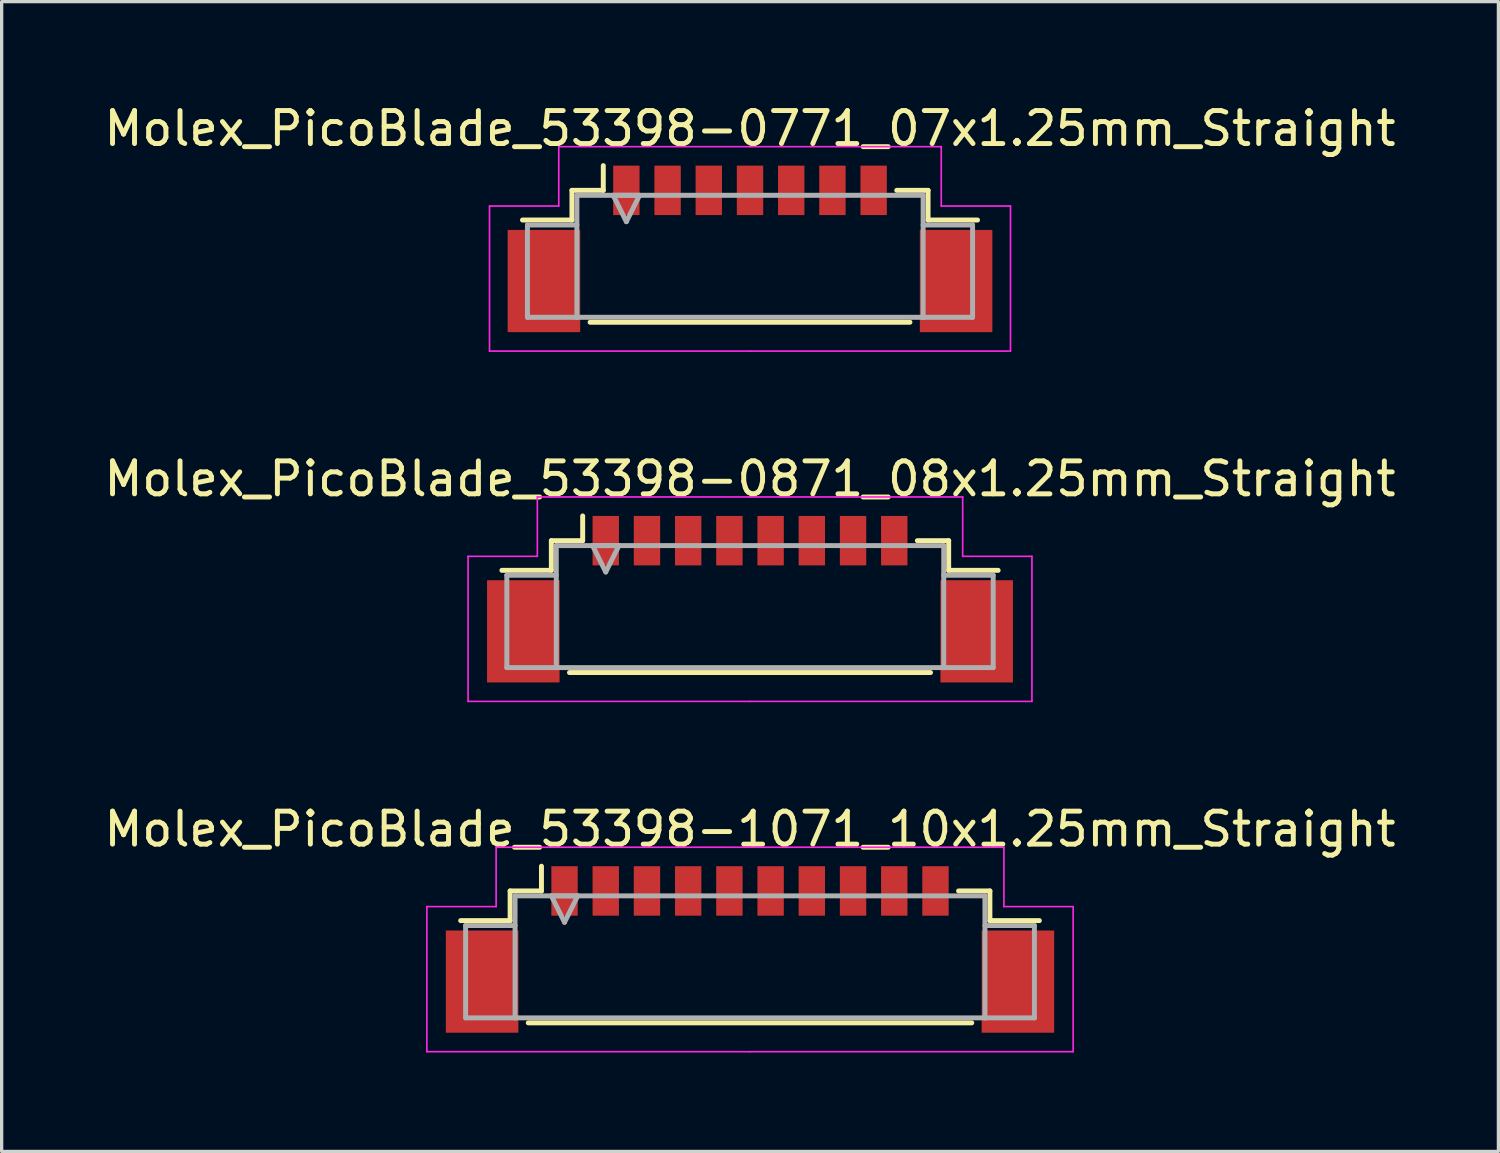
<source format=kicad_pcb>
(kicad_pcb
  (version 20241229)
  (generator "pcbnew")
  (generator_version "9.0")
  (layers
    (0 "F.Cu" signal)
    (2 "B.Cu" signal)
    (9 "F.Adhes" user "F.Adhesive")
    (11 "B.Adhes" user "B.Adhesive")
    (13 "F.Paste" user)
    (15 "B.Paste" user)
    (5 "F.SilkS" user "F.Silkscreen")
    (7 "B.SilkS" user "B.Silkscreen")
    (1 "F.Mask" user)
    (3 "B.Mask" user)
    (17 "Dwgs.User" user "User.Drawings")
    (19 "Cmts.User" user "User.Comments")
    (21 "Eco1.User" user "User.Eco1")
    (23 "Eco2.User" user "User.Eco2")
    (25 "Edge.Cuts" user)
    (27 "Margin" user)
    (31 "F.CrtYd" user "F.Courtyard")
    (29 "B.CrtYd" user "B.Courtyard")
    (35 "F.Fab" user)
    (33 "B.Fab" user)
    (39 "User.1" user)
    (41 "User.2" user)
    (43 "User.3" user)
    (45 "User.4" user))
  (footprint "Molex_PicoBlade_53398-1071_10x1.25mm_Straight"
    (layer "F.Cu")
    (at 19.696 25.345)
    (property "Reference" "Molex_PicoBlade_53398-1071_10x1.25mm_Straight" (at 0 -3.25 0) (layer "F.SilkS") (effects (font (size 1 1) (thickness 0.15))))
    (attr smd)
    (fp_line (start -7.275 -1.375) (end -7.275 -0.475) (stroke (width 0.15) (type solid)) (layer "F.SilkS"))
    (fp_line (start -7.275 -0.475) (end -8.775 -0.475) (stroke (width 0.15) (type solid)) (layer "F.SilkS"))
    (fp_line (start -6.725 2.625) (end 6.725 2.625) (stroke (width 0.15) (type solid)) (layer "F.SilkS"))
    (fp_line (start -6.325 -1.375) (end -7.275 -1.375) (stroke (width 0.15) (type solid)) (layer "F.SilkS"))
    (fp_line (start -6.325 -1.375) (end -6.325 -2.125) (stroke (width 0.15) (type solid)) (layer "F.SilkS"))
    (fp_line (start 6.325 -1.375) (end 7.275 -1.375) (stroke (width 0.15) (type solid)) (layer "F.SilkS"))
    (fp_line (start 7.275 -1.375) (end 7.275 -0.475) (stroke (width 0.15) (type solid)) (layer "F.SilkS"))
    (fp_line (start 7.275 -0.475) (end 8.775 -0.475) (stroke (width 0.15) (type solid)) (layer "F.SilkS"))
    (fp_line (start -9.8 -0.9) (end -9.8 3.5) (stroke (width 0.05) (type solid)) (layer "F.CrtYd"))
    (fp_line (start -9.8 3.5) (end 0 3.5) (stroke (width 0.05) (type solid)) (layer "F.CrtYd"))
    (fp_line (start -7.7 -2.7) (end -7.7 -0.9) (stroke (width 0.05) (type solid)) (layer "F.CrtYd"))
    (fp_line (start -7.7 -0.9) (end -9.8 -0.9) (stroke (width 0.05) (type solid)) (layer "F.CrtYd"))
    (fp_line (start 0 -2.7) (end -7.7 -2.7) (stroke (width 0.05) (type solid)) (layer "F.CrtYd"))
    (fp_line (start 0 -2.7) (end 7.7 -2.7) (stroke (width 0.05) (type solid)) (layer "F.CrtYd"))
    (fp_line (start 7.7 -2.7) (end 7.7 -0.9) (stroke (width 0.05) (type solid)) (layer "F.CrtYd"))
    (fp_line (start 7.7 -0.9) (end 9.8 -0.9) (stroke (width 0.05) (type solid)) (layer "F.CrtYd"))
    (fp_line (start 9.8 -0.9) (end 9.8 3.5) (stroke (width 0.05) (type solid)) (layer "F.CrtYd"))
    (fp_line (start 9.8 3.5) (end 0 3.5) (stroke (width 0.05) (type solid)) (layer "F.CrtYd"))
    (fp_line (start -8.625 -0.325) (end -7.125 -0.325) (stroke (width 0.15) (type solid)) (layer "F.Fab"))
    (fp_line (start -8.625 2.475) (end -8.625 -0.325) (stroke (width 0.15) (type solid)) (layer "F.Fab"))
    (fp_line (start -7.125 -1.225) (end -7.125 2.475) (stroke (width 0.15) (type solid)) (layer "F.Fab"))
    (fp_line (start -7.125 2.475) (end -8.625 2.475) (stroke (width 0.15) (type solid)) (layer "F.Fab"))
    (fp_line (start -7.125 2.475) (end 7.125 2.475) (stroke (width 0.15) (type solid)) (layer "F.Fab"))
    (fp_line (start -6.025 -1.225) (end -5.625 -0.425) (stroke (width 0.15) (type solid)) (layer "F.Fab"))
    (fp_line (start -5.625 -0.425) (end -5.225 -1.225) (stroke (width 0.15) (type solid)) (layer "F.Fab"))
    (fp_line (start -5.225 -1.225) (end -6.025 -1.225) (stroke (width 0.15) (type solid)) (layer "F.Fab"))
    (fp_line (start 7.125 -1.225) (end -7.125 -1.225) (stroke (width 0.15) (type solid)) (layer "F.Fab"))
    (fp_line (start 7.125 2.475) (end 7.125 -1.225) (stroke (width 0.15) (type solid)) (layer "F.Fab"))
    (fp_line (start 7.125 2.475) (end 8.625 2.475) (stroke (width 0.15) (type solid)) (layer "F.Fab"))
    (fp_line (start 8.625 -0.325) (end 7.125 -0.325) (stroke (width 0.15) (type solid)) (layer "F.Fab"))
    (fp_line (start 8.625 2.475) (end 8.625 -0.325) (stroke (width 0.15) (type solid)) (layer "F.Fab"))
    (pad "" smd rect (at -8.125 1.375) (size 2.2 3.1) (layers "F.Cu" "F.Mask" "F.Paste"))
    (pad "" smd rect (at 8.125 1.375) (size 2.2 3.1) (layers "F.Cu" "F.Mask" "F.Paste"))
    (pad "1" smd rect (at -5.625 -1.375) (size 0.8 1.5) (layers "F.Cu" "F.Mask" "F.Paste"))
    (pad "2" smd rect (at -4.375 -1.375) (size 0.8 1.5) (layers "F.Cu" "F.Mask" "F.Paste"))
    (pad "3" smd rect (at -3.125 -1.375) (size 0.8 1.5) (layers "F.Cu" "F.Mask" "F.Paste"))
    (pad "4" smd rect (at -1.875 -1.375) (size 0.8 1.5) (layers "F.Cu" "F.Mask" "F.Paste"))
    (pad "5" smd rect (at -0.625 -1.375) (size 0.8 1.5) (layers "F.Cu" "F.Mask" "F.Paste"))
    (pad "6" smd rect (at 0.625 -1.375) (size 0.8 1.5) (layers "F.Cu" "F.Mask" "F.Paste"))
    (pad "7" smd rect (at 1.875 -1.375) (size 0.8 1.5) (layers "F.Cu" "F.Mask" "F.Paste"))
    (pad "8" smd rect (at 3.125 -1.375) (size 0.8 1.5) (layers "F.Cu" "F.Mask" "F.Paste"))
    (pad "9" smd rect (at 4.375 -1.375) (size 0.8 1.5) (layers "F.Cu" "F.Mask" "F.Paste"))
    (pad "10" smd rect (at 5.625 -1.375) (size 0.8 1.5) (layers "F.Cu" "F.Mask" "F.Paste")))
  (footprint "Molex_PicoBlade_53398-0871_08x1.25mm_Straight"
    (layer "F.Cu")
    (at 19.696 14.722)
    (property "Reference" "Molex_PicoBlade_53398-0871_08x1.25mm_Straight" (at 0 -3.25 0) (layer "F.SilkS") (effects (font (size 1 1) (thickness 0.15))))
    (attr smd)
    (fp_line (start -6.025 -1.375) (end -6.025 -0.475) (stroke (width 0.15) (type solid)) (layer "F.SilkS"))
    (fp_line (start -6.025 -0.475) (end -7.525 -0.475) (stroke (width 0.15) (type solid)) (layer "F.SilkS"))
    (fp_line (start -5.475 2.625) (end 5.475 2.625) (stroke (width 0.15) (type solid)) (layer "F.SilkS"))
    (fp_line (start -5.075 -1.375) (end -6.025 -1.375) (stroke (width 0.15) (type solid)) (layer "F.SilkS"))
    (fp_line (start -5.075 -1.375) (end -5.075 -2.125) (stroke (width 0.15) (type solid)) (layer "F.SilkS"))
    (fp_line (start 5.075 -1.375) (end 6.025 -1.375) (stroke (width 0.15) (type solid)) (layer "F.SilkS"))
    (fp_line (start 6.025 -1.375) (end 6.025 -0.475) (stroke (width 0.15) (type solid)) (layer "F.SilkS"))
    (fp_line (start 6.025 -0.475) (end 7.525 -0.475) (stroke (width 0.15) (type solid)) (layer "F.SilkS"))
    (fp_line (start -8.55 -0.9) (end -8.55 3.5) (stroke (width 0.05) (type solid)) (layer "F.CrtYd"))
    (fp_line (start -8.55 3.5) (end 0 3.5) (stroke (width 0.05) (type solid)) (layer "F.CrtYd"))
    (fp_line (start -6.45 -2.7) (end -6.45 -0.9) (stroke (width 0.05) (type solid)) (layer "F.CrtYd"))
    (fp_line (start -6.45 -0.9) (end -8.55 -0.9) (stroke (width 0.05) (type solid)) (layer "F.CrtYd"))
    (fp_line (start 0 -2.7) (end -6.45 -2.7) (stroke (width 0.05) (type solid)) (layer "F.CrtYd"))
    (fp_line (start 0 -2.7) (end 6.45 -2.7) (stroke (width 0.05) (type solid)) (layer "F.CrtYd"))
    (fp_line (start 6.45 -2.7) (end 6.45 -0.9) (stroke (width 0.05) (type solid)) (layer "F.CrtYd"))
    (fp_line (start 6.45 -0.9) (end 8.55 -0.9) (stroke (width 0.05) (type solid)) (layer "F.CrtYd"))
    (fp_line (start 8.55 -0.9) (end 8.55 3.5) (stroke (width 0.05) (type solid)) (layer "F.CrtYd"))
    (fp_line (start 8.55 3.5) (end 0 3.5) (stroke (width 0.05) (type solid)) (layer "F.CrtYd"))
    (fp_line (start -7.375 -0.325) (end -5.875 -0.325) (stroke (width 0.15) (type solid)) (layer "F.Fab"))
    (fp_line (start -7.375 2.475) (end -7.375 -0.325) (stroke (width 0.15) (type solid)) (layer "F.Fab"))
    (fp_line (start -5.875 -1.225) (end -5.875 2.475) (stroke (width 0.15) (type solid)) (layer "F.Fab"))
    (fp_line (start -5.875 2.475) (end -7.375 2.475) (stroke (width 0.15) (type solid)) (layer "F.Fab"))
    (fp_line (start -5.875 2.475) (end 5.875 2.475) (stroke (width 0.15) (type solid)) (layer "F.Fab"))
    (fp_line (start -4.775 -1.225) (end -4.375 -0.425) (stroke (width 0.15) (type solid)) (layer "F.Fab"))
    (fp_line (start -4.375 -0.425) (end -3.975 -1.225) (stroke (width 0.15) (type solid)) (layer "F.Fab"))
    (fp_line (start -3.975 -1.225) (end -4.775 -1.225) (stroke (width 0.15) (type solid)) (layer "F.Fab"))
    (fp_line (start 5.875 -1.225) (end -5.875 -1.225) (stroke (width 0.15) (type solid)) (layer "F.Fab"))
    (fp_line (start 5.875 2.475) (end 5.875 -1.225) (stroke (width 0.15) (type solid)) (layer "F.Fab"))
    (fp_line (start 5.875 2.475) (end 7.375 2.475) (stroke (width 0.15) (type solid)) (layer "F.Fab"))
    (fp_line (start 7.375 -0.325) (end 5.875 -0.325) (stroke (width 0.15) (type solid)) (layer "F.Fab"))
    (fp_line (start 7.375 2.475) (end 7.375 -0.325) (stroke (width 0.15) (type solid)) (layer "F.Fab"))
    (pad "" smd rect (at -6.875 1.375) (size 2.2 3.1) (layers "F.Cu" "F.Mask" "F.Paste"))
    (pad "" smd rect (at 6.875 1.375) (size 2.2 3.1) (layers "F.Cu" "F.Mask" "F.Paste"))
    (pad "1" smd rect (at -4.375 -1.375) (size 0.8 1.5) (layers "F.Cu" "F.Mask" "F.Paste"))
    (pad "2" smd rect (at -3.125 -1.375) (size 0.8 1.5) (layers "F.Cu" "F.Mask" "F.Paste"))
    (pad "3" smd rect (at -1.875 -1.375) (size 0.8 1.5) (layers "F.Cu" "F.Mask" "F.Paste"))
    (pad "4" smd rect (at -0.625 -1.375) (size 0.8 1.5) (layers "F.Cu" "F.Mask" "F.Paste"))
    (pad "5" smd rect (at 0.625 -1.375) (size 0.8 1.5) (layers "F.Cu" "F.Mask" "F.Paste"))
    (pad "6" smd rect (at 1.875 -1.375) (size 0.8 1.5) (layers "F.Cu" "F.Mask" "F.Paste"))
    (pad "7" smd rect (at 3.125 -1.375) (size 0.8 1.5) (layers "F.Cu" "F.Mask" "F.Paste"))
    (pad "8" smd rect (at 4.375 -1.375) (size 0.8 1.5) (layers "F.Cu" "F.Mask" "F.Paste")))
  (footprint "Molex_PicoBlade_53398-0771_07x1.25mm_Straight"
    (layer "F.Cu")
    (at 19.696 4.098)
    (property "Reference" "Molex_PicoBlade_53398-0771_07x1.25mm_Straight" (at 0 -3.25 0) (layer "F.SilkS") (effects (font (size 1 1) (thickness 0.15))))
    (attr smd)
    (fp_line (start -5.4 -1.375) (end -5.4 -0.475) (stroke (width 0.15) (type solid)) (layer "F.SilkS"))
    (fp_line (start -5.4 -0.475) (end -6.9 -0.475) (stroke (width 0.15) (type solid)) (layer "F.SilkS"))
    (fp_line (start -4.85 2.625) (end 4.85 2.625) (stroke (width 0.15) (type solid)) (layer "F.SilkS"))
    (fp_line (start -4.45 -1.375) (end -5.4 -1.375) (stroke (width 0.15) (type solid)) (layer "F.SilkS"))
    (fp_line (start -4.45 -1.375) (end -4.45 -2.125) (stroke (width 0.15) (type solid)) (layer "F.SilkS"))
    (fp_line (start 4.45 -1.375) (end 5.4 -1.375) (stroke (width 0.15) (type solid)) (layer "F.SilkS"))
    (fp_line (start 5.4 -1.375) (end 5.4 -0.475) (stroke (width 0.15) (type solid)) (layer "F.SilkS"))
    (fp_line (start 5.4 -0.475) (end 6.9 -0.475) (stroke (width 0.15) (type solid)) (layer "F.SilkS"))
    (fp_line (start -7.9 -0.9) (end -7.9 3.5) (stroke (width 0.05) (type solid)) (layer "F.CrtYd"))
    (fp_line (start -7.9 3.5) (end 0 3.5) (stroke (width 0.05) (type solid)) (layer "F.CrtYd"))
    (fp_line (start -5.8 -2.7) (end -5.8 -0.9) (stroke (width 0.05) (type solid)) (layer "F.CrtYd"))
    (fp_line (start -5.8 -0.9) (end -7.9 -0.9) (stroke (width 0.05) (type solid)) (layer "F.CrtYd"))
    (fp_line (start 0 -2.7) (end -5.8 -2.7) (stroke (width 0.05) (type solid)) (layer "F.CrtYd"))
    (fp_line (start 0 -2.7) (end 5.8 -2.7) (stroke (width 0.05) (type solid)) (layer "F.CrtYd"))
    (fp_line (start 5.8 -2.7) (end 5.8 -0.9) (stroke (width 0.05) (type solid)) (layer "F.CrtYd"))
    (fp_line (start 5.8 -0.9) (end 7.9 -0.9) (stroke (width 0.05) (type solid)) (layer "F.CrtYd"))
    (fp_line (start 7.9 -0.9) (end 7.9 3.5) (stroke (width 0.05) (type solid)) (layer "F.CrtYd"))
    (fp_line (start 7.9 3.5) (end 0 3.5) (stroke (width 0.05) (type solid)) (layer "F.CrtYd"))
    (fp_line (start -6.75 -0.325) (end -5.25 -0.325) (stroke (width 0.15) (type solid)) (layer "F.Fab"))
    (fp_line (start -6.75 2.475) (end -6.75 -0.325) (stroke (width 0.15) (type solid)) (layer "F.Fab"))
    (fp_line (start -5.25 -1.225) (end -5.25 2.475) (stroke (width 0.15) (type solid)) (layer "F.Fab"))
    (fp_line (start -5.25 2.475) (end -6.75 2.475) (stroke (width 0.15) (type solid)) (layer "F.Fab"))
    (fp_line (start -5.25 2.475) (end 5.25 2.475) (stroke (width 0.15) (type solid)) (layer "F.Fab"))
    (fp_line (start -4.15 -1.225) (end -3.75 -0.425) (stroke (width 0.15) (type solid)) (layer "F.Fab"))
    (fp_line (start -3.75 -0.425) (end -3.35 -1.225) (stroke (width 0.15) (type solid)) (layer "F.Fab"))
    (fp_line (start -3.35 -1.225) (end -4.15 -1.225) (stroke (width 0.15) (type solid)) (layer "F.Fab"))
    (fp_line (start 5.25 -1.225) (end -5.25 -1.225) (stroke (width 0.15) (type solid)) (layer "F.Fab"))
    (fp_line (start 5.25 2.475) (end 5.25 -1.225) (stroke (width 0.15) (type solid)) (layer "F.Fab"))
    (fp_line (start 5.25 2.475) (end 6.75 2.475) (stroke (width 0.15) (type solid)) (layer "F.Fab"))
    (fp_line (start 6.75 -0.325) (end 5.25 -0.325) (stroke (width 0.15) (type solid)) (layer "F.Fab"))
    (fp_line (start 6.75 2.475) (end 6.75 -0.325) (stroke (width 0.15) (type solid)) (layer "F.Fab"))
    (pad "" smd rect (at -6.25 1.375) (size 2.2 3.1) (layers "F.Cu" "F.Mask" "F.Paste"))
    (pad "" smd rect (at 6.25 1.375) (size 2.2 3.1) (layers "F.Cu" "F.Mask" "F.Paste"))
    (pad "1" smd rect (at -3.75 -1.375) (size 0.8 1.5) (layers "F.Cu" "F.Mask" "F.Paste"))
    (pad "2" smd rect (at -2.5 -1.375) (size 0.8 1.5) (layers "F.Cu" "F.Mask" "F.Paste"))
    (pad "3" smd rect (at -1.25 -1.375) (size 0.8 1.5) (layers "F.Cu" "F.Mask" "F.Paste"))
    (pad "4" smd rect (at 0 -1.375) (size 0.8 1.5) (layers "F.Cu" "F.Mask" "F.Paste"))
    (pad "5" smd rect (at 1.25 -1.375) (size 0.8 1.5) (layers "F.Cu" "F.Mask" "F.Paste"))
    (pad "6" smd rect (at 2.5 -1.375) (size 0.8 1.5) (layers "F.Cu" "F.Mask" "F.Paste"))
    (pad "7" smd rect (at 3.75 -1.375) (size 0.8 1.5) (layers "F.Cu" "F.Mask" "F.Paste")))
  (gr_rect
    (start -3 -3)
    (end 42.393 31.87)
    (stroke (width 0.1) (type default))
    (fill no)
    (layer "Edge.Cuts")))
</source>
